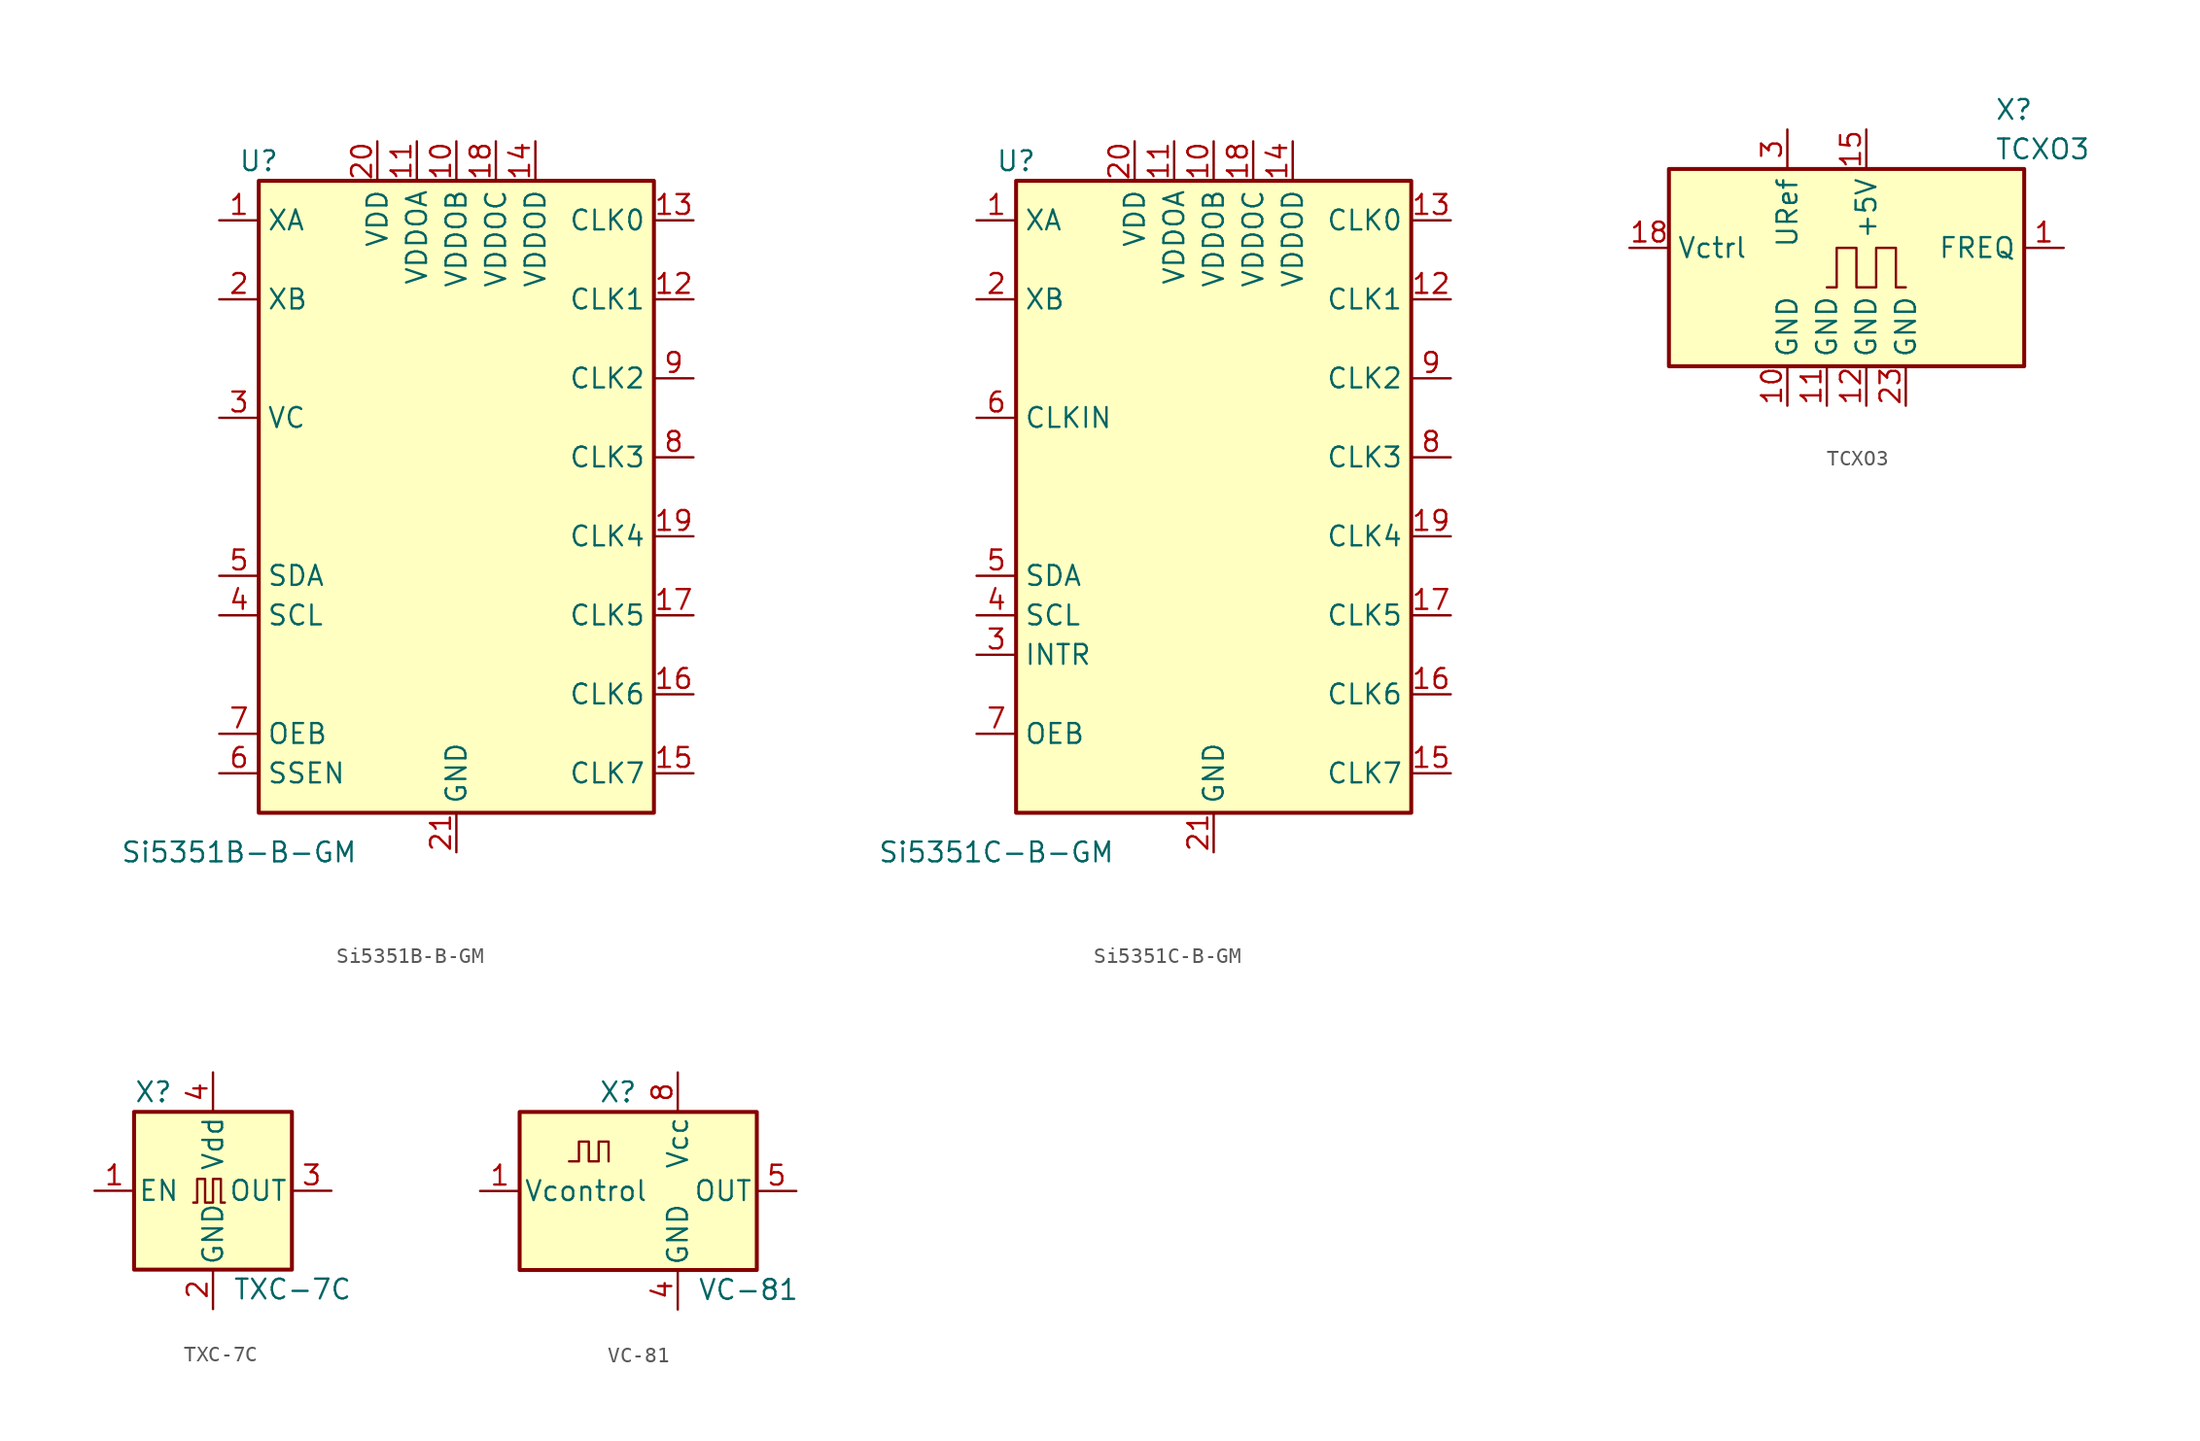
<source format=kicad_sym>
(kicad_symbol_lib
  (version 20201005)
  (generator kicad_symbol_editor)
  (symbol "Oscillator:Si5351B-B-GM"
    (property "Reference" "U"
      (at -12.7 21.59 0)
      (effects (font (size 1.27 1.27))))
    (property "Value" "Si5351B-B-GM"
      (at -13.97 -22.86 0)
      (effects (font (size 1.27 1.27))))
    (symbol "Si5351B-B-GM_1_1"
      (rectangle (start -12.7 20.32) (end 12.7 -20.32) (stroke (width 0.254)) (fill (type background)))
      (pin input line (at -15.24 17.78 0) (length 2.54) (name "XA" (effects (font (size 1.27 1.27)))) (number "1" (effects (font (size 1.27 1.27)))))
      (pin power_in line (at 0 22.86 270) (length 2.54) (name "VDDOB" (effects (font (size 1.27 1.27)))) (number "10" (effects (font (size 1.27 1.27)))))
      (pin power_in line (at -2.54 22.86 270) (length 2.54) (name "VDDOA" (effects (font (size 1.27 1.27)))) (number "11" (effects (font (size 1.27 1.27)))))
      (pin output line (at 15.24 12.7 180) (length 2.54) (name "CLK1" (effects (font (size 1.27 1.27)))) (number "12" (effects (font (size 1.27 1.27)))))
      (pin output line (at 15.24 17.78 180) (length 2.54) (name "CLK0" (effects (font (size 1.27 1.27)))) (number "13" (effects (font (size 1.27 1.27)))))
      (pin power_in line (at 5.08 22.86 270) (length 2.54) (name "VDDOD" (effects (font (size 1.27 1.27)))) (number "14" (effects (font (size 1.27 1.27)))))
      (pin output line (at 15.24 -17.78 180) (length 2.54) (name "CLK7" (effects (font (size 1.27 1.27)))) (number "15" (effects (font (size 1.27 1.27)))))
      (pin output line (at 15.24 -12.7 180) (length 2.54) (name "CLK6" (effects (font (size 1.27 1.27)))) (number "16" (effects (font (size 1.27 1.27)))))
      (pin output line (at 15.24 -7.62 180) (length 2.54) (name "CLK5" (effects (font (size 1.27 1.27)))) (number "17" (effects (font (size 1.27 1.27)))))
      (pin power_in line (at 2.54 22.86 270) (length 2.54) (name "VDDOC" (effects (font (size 1.27 1.27)))) (number "18" (effects (font (size 1.27 1.27)))))
      (pin output line (at 15.24 -2.54 180) (length 2.54) (name "CLK4" (effects (font (size 1.27 1.27)))) (number "19" (effects (font (size 1.27 1.27)))))
      (pin input line (at -15.24 12.7 0) (length 2.54) (name "XB" (effects (font (size 1.27 1.27)))) (number "2" (effects (font (size 1.27 1.27)))))
      (pin power_in line (at -5.08 22.86 270) (length 2.54) (name "VDD" (effects (font (size 1.27 1.27)))) (number "20" (effects (font (size 1.27 1.27)))))
      (pin power_in line (at 0 -22.86 90) (length 2.54) (name "GND" (effects (font (size 1.27 1.27)))) (number "21" (effects (font (size 1.27 1.27)))))
      (pin input line (at -15.24 5.08 0) (length 2.54) (name "VC" (effects (font (size 1.27 1.27)))) (number "3" (effects (font (size 1.27 1.27)))))
      (pin input line (at -15.24 -7.62 0) (length 2.54) (name "SCL" (effects (font (size 1.27 1.27)))) (number "4" (effects (font (size 1.27 1.27)))))
      (pin bidirectional line (at -15.24 -5.08 0) (length 2.54) (name "SDA" (effects (font (size 1.27 1.27)))) (number "5" (effects (font (size 1.27 1.27)))))
      (pin input line (at -15.24 -17.78 0) (length 2.54) (name "SSEN" (effects (font (size 1.27 1.27)))) (number "6" (effects (font (size 1.27 1.27)))))
      (pin input line (at -15.24 -15.24 0) (length 2.54) (name "OEB" (effects (font (size 1.27 1.27)))) (number "7" (effects (font (size 1.27 1.27)))))
      (pin output line (at 15.24 2.54 180) (length 2.54) (name "CLK3" (effects (font (size 1.27 1.27)))) (number "8" (effects (font (size 1.27 1.27)))))
      (pin output line (at 15.24 7.62 180) (length 2.54) (name "CLK2" (effects (font (size 1.27 1.27)))) (number "9" (effects (font (size 1.27 1.27)))))))
  (symbol "Oscillator:Si5351C-B-GM"
    (property "Reference" "U"
      (at -12.7 21.59 0)
      (effects (font (size 1.27 1.27))))
    (property "Value" "Si5351C-B-GM"
      (at -13.97 -22.86 0)
      (effects (font (size 1.27 1.27))))
    (symbol "Si5351C-B-GM_1_1"
      (rectangle (start -12.7 20.32) (end 12.7 -20.32) (stroke (width 0.254)) (fill (type background)))
      (pin input line (at -15.24 17.78 0) (length 2.54) (name "XA" (effects (font (size 1.27 1.27)))) (number "1" (effects (font (size 1.27 1.27)))))
      (pin power_in line (at 0 22.86 270) (length 2.54) (name "VDDOB" (effects (font (size 1.27 1.27)))) (number "10" (effects (font (size 1.27 1.27)))))
      (pin power_in line (at -2.54 22.86 270) (length 2.54) (name "VDDOA" (effects (font (size 1.27 1.27)))) (number "11" (effects (font (size 1.27 1.27)))))
      (pin output line (at 15.24 12.7 180) (length 2.54) (name "CLK1" (effects (font (size 1.27 1.27)))) (number "12" (effects (font (size 1.27 1.27)))))
      (pin output line (at 15.24 17.78 180) (length 2.54) (name "CLK0" (effects (font (size 1.27 1.27)))) (number "13" (effects (font (size 1.27 1.27)))))
      (pin power_in line (at 5.08 22.86 270) (length 2.54) (name "VDDOD" (effects (font (size 1.27 1.27)))) (number "14" (effects (font (size 1.27 1.27)))))
      (pin output line (at 15.24 -17.78 180) (length 2.54) (name "CLK7" (effects (font (size 1.27 1.27)))) (number "15" (effects (font (size 1.27 1.27)))))
      (pin output line (at 15.24 -12.7 180) (length 2.54) (name "CLK6" (effects (font (size 1.27 1.27)))) (number "16" (effects (font (size 1.27 1.27)))))
      (pin output line (at 15.24 -7.62 180) (length 2.54) (name "CLK5" (effects (font (size 1.27 1.27)))) (number "17" (effects (font (size 1.27 1.27)))))
      (pin power_in line (at 2.54 22.86 270) (length 2.54) (name "VDDOC" (effects (font (size 1.27 1.27)))) (number "18" (effects (font (size 1.27 1.27)))))
      (pin output line (at 15.24 -2.54 180) (length 2.54) (name "CLK4" (effects (font (size 1.27 1.27)))) (number "19" (effects (font (size 1.27 1.27)))))
      (pin input line (at -15.24 12.7 0) (length 2.54) (name "XB" (effects (font (size 1.27 1.27)))) (number "2" (effects (font (size 1.27 1.27)))))
      (pin power_in line (at -5.08 22.86 270) (length 2.54) (name "VDD" (effects (font (size 1.27 1.27)))) (number "20" (effects (font (size 1.27 1.27)))))
      (pin power_in line (at 0 -22.86 90) (length 2.54) (name "GND" (effects (font (size 1.27 1.27)))) (number "21" (effects (font (size 1.27 1.27)))))
      (pin output line (at -15.24 -10.16 0) (length 2.54) (name "INTR" (effects (font (size 1.27 1.27)))) (number "3" (effects (font (size 1.27 1.27)))))
      (pin input line (at -15.24 -7.62 0) (length 2.54) (name "SCL" (effects (font (size 1.27 1.27)))) (number "4" (effects (font (size 1.27 1.27)))))
      (pin bidirectional line (at -15.24 -5.08 0) (length 2.54) (name "SDA" (effects (font (size 1.27 1.27)))) (number "5" (effects (font (size 1.27 1.27)))))
      (pin input line (at -15.24 5.08 0) (length 2.54) (name "CLKIN" (effects (font (size 1.27 1.27)))) (number "6" (effects (font (size 1.27 1.27)))))
      (pin input line (at -15.24 -15.24 0) (length 2.54) (name "OEB" (effects (font (size 1.27 1.27)))) (number "7" (effects (font (size 1.27 1.27)))))
      (pin output line (at 15.24 2.54 180) (length 2.54) (name "CLK3" (effects (font (size 1.27 1.27)))) (number "8" (effects (font (size 1.27 1.27)))))
      (pin output line (at 15.24 7.62 180) (length 2.54) (name "CLK2" (effects (font (size 1.27 1.27)))) (number "9" (effects (font (size 1.27 1.27)))))))
  (symbol "Oscillator:TCXO3"
    (property "Reference" "X"
      (at 8.255 11.43 0)
      (effects (font (size 1.27 1.27)) (justify left)))
    (property "Value" "TCXO3"
      (at 8.255 8.89 0)
      (effects (font (size 1.27 1.27)) (justify left)))
    (symbol "TCXO3_0_1"
      (rectangle (start -12.7 -5.08) (end 10.16 7.62) (stroke (width 0.254)) (fill (type background)))
      (polyline (pts (xy -2.54 0) (xy -1.905 0) (xy -1.905 2.54) (xy -0.635 2.54) (xy -0.635 0) (xy 0.635 0) (xy 0.635 2.54) (xy 1.905 2.54) (xy 1.905 0) (xy 2.54 0)) (stroke (width 0)) (fill (type none))))
    (symbol "TCXO3_1_1"
      (pin output line (at 12.7 2.54 180) (length 2.54) (name "FREQ" (effects (font (size 1.27 1.27)))) (number "1" (effects (font (size 1.27 1.27)))))
      (pin power_in line (at -5.08 -7.62 90) (length 2.54) (name "GND" (effects (font (size 1.27 1.27)))) (number "10" (effects (font (size 1.27 1.27)))))
      (pin power_in line (at -2.54 -7.62 90) (length 2.54) (name "GND" (effects (font (size 1.27 1.27)))) (number "11" (effects (font (size 1.27 1.27)))))
      (pin power_in line (at 0 -7.62 90) (length 2.54) (name "GND" (effects (font (size 1.27 1.27)))) (number "12" (effects (font (size 1.27 1.27)))))
      (pin no_connect line (at 7.62 -5.08 90) (length 2.54) hide (name "NC" (effects (font (size 1.27 1.27)))) (number "13" (effects (font (size 1.27 1.27)))))
      (pin no_connect line (at 10.16 0 180) (length 2.54) hide (name "NC" (effects (font (size 1.27 1.27)))) (number "14" (effects (font (size 1.27 1.27)))))
      (pin power_in line (at 0 10.16 270) (length 2.54) (name "+5V" (effects (font (size 1.27 1.27)))) (number "15" (effects (font (size 1.27 1.27)))))
      (pin no_connect line (at 5.08 7.62 270) (length 2.54) hide (name "NC" (effects (font (size 1.27 1.27)))) (number "16" (effects (font (size 1.27 1.27)))))
      (pin no_connect line (at -2.54 7.62 270) (length 2.54) hide (name "NC" (effects (font (size 1.27 1.27)))) (number "17" (effects (font (size 1.27 1.27)))))
      (pin input line (at -15.24 2.54 0) (length 2.54) (name "Vctrl" (effects (font (size 1.27 1.27)))) (number "18" (effects (font (size 1.27 1.27)))))
      (pin no_connect line (at -7.62 7.62 270) (length 2.54) hide (name "NC" (effects (font (size 1.27 1.27)))) (number "19" (effects (font (size 1.27 1.27)))))
      (pin no_connect line (at 10.16 5.08 180) (length 2.54) hide (name "NC" (effects (font (size 1.27 1.27)))) (number "2" (effects (font (size 1.27 1.27)))))
      (pin no_connect line (at -10.16 7.62 270) (length 2.54) hide (name "NC" (effects (font (size 1.27 1.27)))) (number "20" (effects (font (size 1.27 1.27)))))
      (pin no_connect line (at 7.62 7.62 270) (length 2.54) hide (name "NC" (effects (font (size 1.27 1.27)))) (number "21" (effects (font (size 1.27 1.27)))))
      (pin no_connect line (at 10.16 -2.54 180) (length 2.54) hide (name "NC" (effects (font (size 1.27 1.27)))) (number "22" (effects (font (size 1.27 1.27)))))
      (pin power_in line (at 2.54 -7.62 90) (length 2.54) (name "GND" (effects (font (size 1.27 1.27)))) (number "23" (effects (font (size 1.27 1.27)))))
      (pin power_out line (at -5.08 10.16 270) (length 2.54) (name "URef" (effects (font (size 1.27 1.27)))) (number "3" (effects (font (size 1.27 1.27)))))
      (pin no_connect line (at -12.7 5.08 0) (length 2.54) hide (name "NC" (effects (font (size 1.27 1.27)))) (number "4" (effects (font (size 1.27 1.27)))))
      (pin no_connect line (at 2.54 7.62 270) (length 2.54) hide (name "NC" (effects (font (size 1.27 1.27)))) (number "5" (effects (font (size 1.27 1.27)))))
      (pin no_connect line (at -12.7 0 0) (length 2.54) hide (name "NC" (effects (font (size 1.27 1.27)))) (number "6" (effects (font (size 1.27 1.27)))))
      (pin no_connect line (at -12.7 -2.54 0) (length 2.54) hide (name "NC" (effects (font (size 1.27 1.27)))) (number "7" (effects (font (size 1.27 1.27)))))
      (pin no_connect line (at -7.62 -5.08 90) (length 2.54) hide (name "NC" (effects (font (size 1.27 1.27)))) (number "8" (effects (font (size 1.27 1.27)))))
      (pin no_connect line (at 5.08 -5.08 90) (length 2.54) hide (name "NC" (effects (font (size 1.27 1.27)))) (number "9" (effects (font (size 1.27 1.27)))))))
  (symbol "Oscillator:TXC-7C"
    (pin_names
      (offset 0.254))
    (property "Reference" "X"
      (at -5.08 6.35 0)
      (effects (font (size 1.27 1.27)) (justify left)))
    (property "Value" "TXC-7C"
      (at 1.27 -6.35 0)
      (effects (font (size 1.27 1.27)) (justify left)))
    (symbol "TXC-7C_0_1"
      (rectangle (start -5.08 5.08) (end 5.08 -5.08) (stroke (width 0.254)) (fill (type background)))
      (polyline (pts (xy -1.27 -0.762) (xy -1.016 -0.762) (xy -1.016 0.762) (xy -0.508 0.762) (xy -0.508 -0.762) (xy 0 -0.762) (xy 0 0.762) (xy 0.508 0.762) (xy 0.508 -0.762) (xy 0.762 -0.762)) (stroke (width 0)) (fill (type none))))
    (symbol "TXC-7C_1_1"
      (pin input line (at -7.62 0 0) (length 2.54) (name "EN" (effects (font (size 1.27 1.27)))) (number "1" (effects (font (size 1.27 1.27)))))
      (pin power_in line (at 0 -7.62 90) (length 2.54) (name "GND" (effects (font (size 1.27 1.27)))) (number "2" (effects (font (size 1.27 1.27)))))
      (pin output line (at 7.62 0 180) (length 2.54) (name "OUT" (effects (font (size 1.27 1.27)))) (number "3" (effects (font (size 1.27 1.27)))))
      (pin power_in line (at 0 7.62 270) (length 2.54) (name "Vdd" (effects (font (size 1.27 1.27)))) (number "4" (effects (font (size 1.27 1.27)))))))
  (symbol "Oscillator:VC-81"
    (pin_names
      (offset 0.254))
    (property "Reference" "X"
      (at -5.08 6.35 0)
      (effects (font (size 1.27 1.27)) (justify left)))
    (property "Value" "VC-81"
      (at 1.27 -6.35 0)
      (effects (font (size 1.27 1.27)) (justify left)))
    (symbol "VC-81_0_1"
      (rectangle (start -10.16 5.08) (end 5.08 -5.08) (stroke (width 0.254)) (fill (type background)))
      (polyline (pts (xy -6.985 1.905) (xy -6.35 1.905) (xy -6.35 3.175) (xy -5.715 3.175) (xy -5.715 1.905) (xy -5.08 1.905) (xy -5.08 3.175) (xy -4.445 3.175) (xy -4.445 1.905)) (stroke (width 0)) (fill (type none))))
    (symbol "VC-81_1_1"
      (pin input line (at -12.7 0 0) (length 2.54) (name "Vcontrol" (effects (font (size 1.27 1.27)))) (number "1" (effects (font (size 1.27 1.27)))))
      (pin power_in line (at 0 -7.62 90) (length 2.54) (name "GND" (effects (font (size 1.27 1.27)))) (number "4" (effects (font (size 1.27 1.27)))))
      (pin output line (at 7.62 0 180) (length 2.54) (name "OUT" (effects (font (size 1.27 1.27)))) (number "5" (effects (font (size 1.27 1.27)))))
      (pin power_in line (at 0 7.62 270) (length 2.54) (name "Vcc" (effects (font (size 1.27 1.27)))) (number "8" (effects (font (size 1.27 1.27))))))))
</source>
